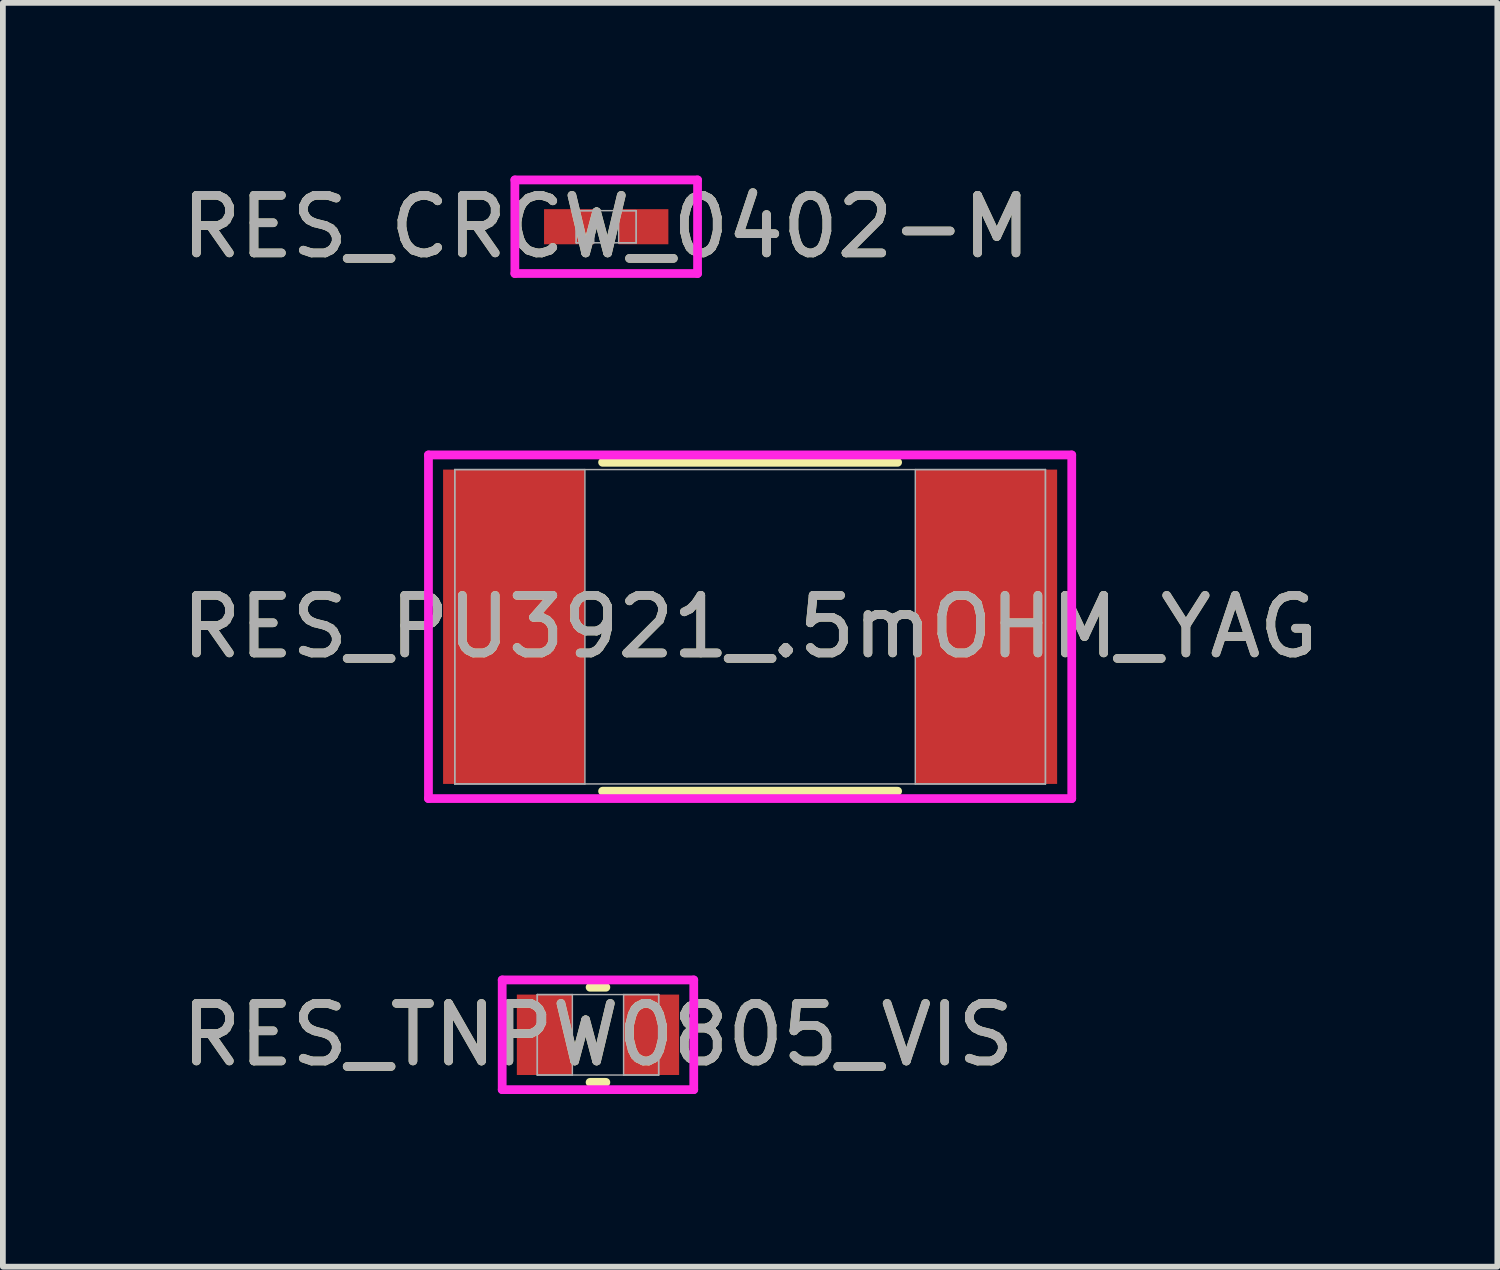
<source format=kicad_pcb>
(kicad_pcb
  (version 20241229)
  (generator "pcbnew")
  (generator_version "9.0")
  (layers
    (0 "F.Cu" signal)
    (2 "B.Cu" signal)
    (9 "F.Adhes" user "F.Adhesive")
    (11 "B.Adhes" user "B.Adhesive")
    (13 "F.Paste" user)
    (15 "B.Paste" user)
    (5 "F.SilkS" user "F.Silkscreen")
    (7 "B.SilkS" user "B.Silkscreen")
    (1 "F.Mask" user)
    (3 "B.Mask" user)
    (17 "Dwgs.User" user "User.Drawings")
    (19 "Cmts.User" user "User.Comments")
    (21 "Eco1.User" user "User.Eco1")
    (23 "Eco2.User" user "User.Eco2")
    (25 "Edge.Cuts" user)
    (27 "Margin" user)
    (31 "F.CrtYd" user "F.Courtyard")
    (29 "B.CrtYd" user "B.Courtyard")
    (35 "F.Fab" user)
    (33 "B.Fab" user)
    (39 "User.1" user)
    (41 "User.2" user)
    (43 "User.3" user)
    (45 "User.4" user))
  (footprint "RES_TNPW0805_VIS"
    (layer "F.Cu")
    (at 7.339 14.928)
    (property "Reference" "RES_TNPW0805_VIS" (at 0 0 0) (unlocked yes) (layer "F.SilkS") (effects (font (size 1 1) (thickness 0.15))))
    (attr smd)
    (fp_line (start -0.137 0.826) (end 0.137 0.826) (stroke (width 0.152) (type solid)) (layer "F.SilkS"))
    (fp_line (start 0.137 -0.826) (end -0.137 -0.826) (stroke (width 0.152) (type solid)) (layer "F.SilkS"))
    (fp_line (start -1.664 -0.953) (end 1.664 -0.953) (stroke (width 0.152) (type solid)) (layer "F.CrtYd"))
    (fp_line (start -1.664 0.953) (end -1.664 -0.953) (stroke (width 0.152) (type solid)) (layer "F.CrtYd"))
    (fp_line (start 1.664 -0.953) (end 1.664 0.953) (stroke (width 0.152) (type solid)) (layer "F.CrtYd"))
    (fp_line (start 1.664 0.953) (end -1.664 0.953) (stroke (width 0.152) (type solid)) (layer "F.CrtYd"))
    (fp_line (start -1.054 -0.699) (end -1.054 0.699) (stroke (width 0.025) (type solid)) (layer "F.Fab"))
    (fp_line (start -1.054 -0.699) (end -1.054 0.699) (stroke (width 0.025) (type solid)) (layer "F.Fab"))
    (fp_line (start -1.054 0.699) (end -0.445 0.699) (stroke (width 0.025) (type solid)) (layer "F.Fab"))
    (fp_line (start -1.054 0.699) (end 1.054 0.699) (stroke (width 0.025) (type solid)) (layer "F.Fab"))
    (fp_line (start -0.445 -0.699) (end -1.054 -0.699) (stroke (width 0.025) (type solid)) (layer "F.Fab"))
    (fp_line (start -0.445 0.699) (end -0.445 -0.699) (stroke (width 0.025) (type solid)) (layer "F.Fab"))
    (fp_line (start 0.445 -0.699) (end 0.445 0.699) (stroke (width 0.025) (type solid)) (layer "F.Fab"))
    (fp_line (start 0.445 0.699) (end 1.054 0.699) (stroke (width 0.025) (type solid)) (layer "F.Fab"))
    (fp_line (start 1.054 -0.699) (end -1.054 -0.699) (stroke (width 0.025) (type solid)) (layer "F.Fab"))
    (fp_line (start 1.054 -0.699) (end 0.445 -0.699) (stroke (width 0.025) (type solid)) (layer "F.Fab"))
    (fp_line (start 1.054 0.699) (end 1.054 -0.699) (stroke (width 0.025) (type solid)) (layer "F.Fab"))
    (fp_line (start 1.054 0.699) (end 1.054 -0.699) (stroke (width 0.025) (type solid)) (layer "F.Fab"))
    (fp_text user "${REFERENCE}" (at 0 0 0) (unlocked yes) (layer "F.Fab") (effects (font (size 1 1) (thickness 0.15))))
    (pad "1" smd rect (at -0.927 0) (size 0.965 1.397) (layers "F.Cu" "F.Mask" "F.Paste"))
    (pad "2" smd rect (at 0.927 0) (size 0.965 1.397) (layers "F.Cu" "F.Mask" "F.Paste"))
    (zone (net_name "") (layer "F.Cu") (hatch full 0.508) (connect_pads) (min_thickness 0.254) (filled_areas_thickness no) (keepout (tracks not_allowed) (vias not_allowed) (pads allowed) (copperpour not_allowed) (footprints allowed)) (placement (enabled no)) (fill) (polygon (pts (xy 6.946 14.28) (xy 7.733 14.28) (xy 7.733 15.576) (xy 6.946 15.576)))))
  (footprint "RES_CRCW_0402-M"
    (layer "F.Cu")
    (at 7.482 0.889)
    (property "Reference" "RES_CRCW_0402-M" (at 0 0 0) (unlocked yes) (layer "F.SilkS") (effects (font (size 1 1) (thickness 0.15))))
    (attr smd)
    (fp_line (start -1.587 -0.813) (end 1.587 -0.813) (stroke (width 0.152) (type solid)) (layer "F.CrtYd"))
    (fp_line (start -1.587 0.813) (end -1.587 -0.813) (stroke (width 0.152) (type solid)) (layer "F.CrtYd"))
    (fp_line (start 1.587 -0.813) (end 1.587 0.813) (stroke (width 0.152) (type solid)) (layer "F.CrtYd"))
    (fp_line (start 1.587 0.813) (end -1.587 0.813) (stroke (width 0.152) (type solid)) (layer "F.CrtYd"))
    (fp_line (start -0.521 -0.279) (end -0.521 0.279) (stroke (width 0.025) (type solid)) (layer "F.Fab"))
    (fp_line (start -0.521 -0.279) (end -0.521 0.279) (stroke (width 0.025) (type solid)) (layer "F.Fab"))
    (fp_line (start -0.521 0.279) (end -0.216 0.279) (stroke (width 0.025) (type solid)) (layer "F.Fab"))
    (fp_line (start -0.521 0.279) (end 0.521 0.279) (stroke (width 0.025) (type solid)) (layer "F.Fab"))
    (fp_line (start -0.216 -0.279) (end -0.521 -0.279) (stroke (width 0.025) (type solid)) (layer "F.Fab"))
    (fp_line (start -0.216 0.279) (end -0.216 -0.279) (stroke (width 0.025) (type solid)) (layer "F.Fab"))
    (fp_line (start 0.216 -0.279) (end 0.216 0.279) (stroke (width 0.025) (type solid)) (layer "F.Fab"))
    (fp_line (start 0.216 0.279) (end 0.521 0.279) (stroke (width 0.025) (type solid)) (layer "F.Fab"))
    (fp_line (start 0.521 -0.279) (end -0.521 -0.279) (stroke (width 0.025) (type solid)) (layer "F.Fab"))
    (fp_line (start 0.521 -0.279) (end 0.216 -0.279) (stroke (width 0.025) (type solid)) (layer "F.Fab"))
    (fp_line (start 0.521 0.279) (end 0.521 -0.279) (stroke (width 0.025) (type solid)) (layer "F.Fab"))
    (fp_line (start 0.521 0.279) (end 0.521 -0.279) (stroke (width 0.025) (type solid)) (layer "F.Fab"))
    (fp_text user "${REFERENCE}" (at 0 0 0) (unlocked yes) (layer "F.Fab") (effects (font (size 1 1) (thickness 0.15))))
    (pad "1" smd rect (at -0.648 0) (size 0.864 0.61) (layers "F.Cu" "F.Mask" "F.Paste"))
    (pad "2" smd rect (at 0.648 0) (size 0.864 0.61) (layers "F.Cu" "F.Mask" "F.Paste"))
    (zone (net_name "") (layer "F.Cu") (hatch full 0.508) (connect_pads) (min_thickness 0.254) (filled_areas_thickness no) (keepout (tracks not_allowed) (vias not_allowed) (pads allowed) (copperpour not_allowed) (footprints allowed)) (placement (enabled no)) (fill) (polygon (pts (xy 7.317 0.66) (xy 7.647 0.66) (xy 7.647 1.118) (xy 7.317 1.118)))))
  (footprint "RES_PU3921_.5mOHM_YAG"
    (layer "F.Cu")
    (at 9.982 7.839)
    (property "Reference" "RES_PU3921_.5mOHM_YAG" (at 0 0 0) (unlocked yes) (layer "F.SilkS") (effects (font (size 1 1) (thickness 0.15))))
    (attr smd)
    (fp_line (start -2.563 2.857) (end 2.563 2.857) (stroke (width 0.152) (type solid)) (layer "F.SilkS"))
    (fp_line (start 2.563 -2.857) (end -2.563 -2.857) (stroke (width 0.152) (type solid)) (layer "F.SilkS"))
    (fp_line (start -5.588 -2.985) (end 5.588 -2.985) (stroke (width 0.152) (type solid)) (layer "F.CrtYd"))
    (fp_line (start -5.588 2.985) (end -5.588 -2.985) (stroke (width 0.152) (type solid)) (layer "F.CrtYd"))
    (fp_line (start 5.588 -2.985) (end 5.588 2.985) (stroke (width 0.152) (type solid)) (layer "F.CrtYd"))
    (fp_line (start 5.588 2.985) (end -5.588 2.985) (stroke (width 0.152) (type solid)) (layer "F.CrtYd"))
    (fp_line (start -5.131 -2.731) (end -5.131 2.731) (stroke (width 0.025) (type solid)) (layer "F.Fab"))
    (fp_line (start -5.131 -2.731) (end -5.131 2.731) (stroke (width 0.025) (type solid)) (layer "F.Fab"))
    (fp_line (start -5.131 2.731) (end -2.87 2.731) (stroke (width 0.025) (type solid)) (layer "F.Fab"))
    (fp_line (start -5.131 2.731) (end 5.131 2.731) (stroke (width 0.025) (type solid)) (layer "F.Fab"))
    (fp_line (start -2.87 -2.731) (end -5.131 -2.731) (stroke (width 0.025) (type solid)) (layer "F.Fab"))
    (fp_line (start -2.87 2.731) (end -2.87 -2.731) (stroke (width 0.025) (type solid)) (layer "F.Fab"))
    (fp_line (start 2.87 -2.731) (end 2.87 2.731) (stroke (width 0.025) (type solid)) (layer "F.Fab"))
    (fp_line (start 2.87 2.731) (end 5.131 2.731) (stroke (width 0.025) (type solid)) (layer "F.Fab"))
    (fp_line (start 5.131 -2.731) (end -5.131 -2.731) (stroke (width 0.025) (type solid)) (layer "F.Fab"))
    (fp_line (start 5.131 -2.731) (end 2.87 -2.731) (stroke (width 0.025) (type solid)) (layer "F.Fab"))
    (fp_line (start 5.131 2.731) (end 5.131 -2.731) (stroke (width 0.025) (type solid)) (layer "F.Fab"))
    (fp_line (start 5.131 2.731) (end 5.131 -2.731) (stroke (width 0.025) (type solid)) (layer "F.Fab"))
    (fp_text user "${REFERENCE}" (at 0 0 0) (unlocked yes) (layer "F.Fab") (effects (font (size 1 1) (thickness 0.15))))
    (pad "1" smd rect (at -4.102 0) (size 2.464 5.461) (layers "F.Cu" "F.Mask" "F.Paste"))
    (pad "2" smd rect (at 4.102 0) (size 2.464 5.461) (layers "F.Cu" "F.Mask" "F.Paste"))
    (zone (net_name "") (layer "F.Cu") (hatch full 0.508) (connect_pads) (min_thickness 0.254) (filled_areas_thickness no) (keepout (tracks not_allowed) (vias not_allowed) (pads allowed) (copperpour not_allowed) (footprints allowed)) (placement (enabled no)) (fill) (polygon (pts (xy 7.163 5.159) (xy 12.802 5.159) (xy 12.802 10.518) (xy 7.163 10.518)))))
  (gr_rect
    (start -3 -3)
    (end 22.964 18.957)
    (stroke (width 0.1) (type default))
    (fill no)
    (layer "Edge.Cuts")))
</source>
